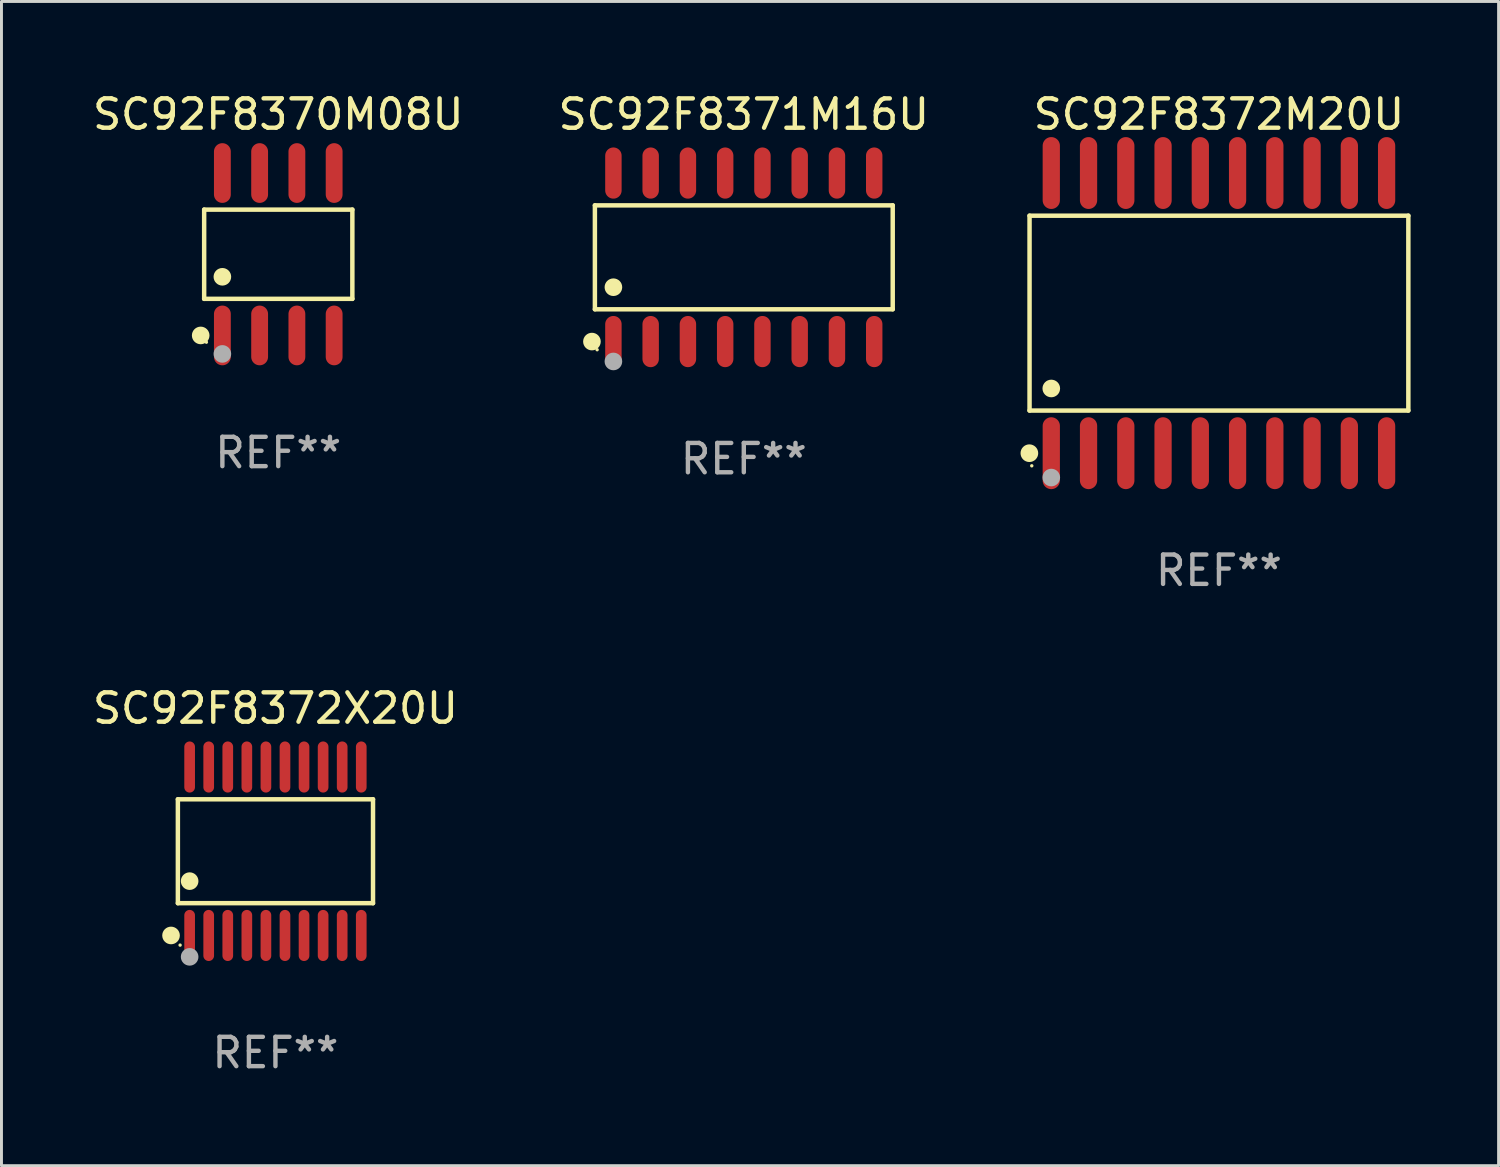
<source format=kicad_pcb>
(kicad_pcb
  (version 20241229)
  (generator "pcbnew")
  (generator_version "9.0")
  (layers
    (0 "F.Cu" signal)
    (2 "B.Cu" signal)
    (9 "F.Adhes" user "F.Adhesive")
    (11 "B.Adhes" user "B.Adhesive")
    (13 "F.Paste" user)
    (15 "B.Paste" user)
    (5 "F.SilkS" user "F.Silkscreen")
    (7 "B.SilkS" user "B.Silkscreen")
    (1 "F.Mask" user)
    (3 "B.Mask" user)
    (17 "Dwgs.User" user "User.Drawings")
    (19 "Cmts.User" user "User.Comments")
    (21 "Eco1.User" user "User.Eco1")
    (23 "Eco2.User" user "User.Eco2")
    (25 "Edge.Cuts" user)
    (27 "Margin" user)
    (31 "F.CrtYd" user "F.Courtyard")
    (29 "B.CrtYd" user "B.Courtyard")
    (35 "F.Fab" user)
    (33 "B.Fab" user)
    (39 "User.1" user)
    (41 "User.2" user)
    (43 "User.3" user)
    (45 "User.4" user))
  (footprint "SC92F8371M16U"
    (layer "F.Cu")
    (at 22.304 5.721)
    (property "Reference" "SC92F8371M16U" (at 0 -4.872 0) (layer "F.SilkS") (effects (font (size 1 1) (thickness 0.15))))
    (attr through_hole)
    (fp_line (start -5.076 -1.771) (end 5.076 -1.771) (stroke (width 0.152) (type solid)) (layer "F.SilkS"))
    (fp_line (start -5.076 1.771) (end -5.076 -1.771) (stroke (width 0.152) (type solid)) (layer "F.SilkS"))
    (fp_line (start 5.076 -1.771) (end 5.076 1.771) (stroke (width 0.152) (type solid)) (layer "F.SilkS"))
    (fp_line (start 5.076 1.771) (end -5.076 1.771) (stroke (width 0.152) (type solid)) (layer "F.SilkS"))
    (fp_circle (center -5.177 2.872) (end -5.027 2.872) (stroke (width 0.3) (type solid)) (fill no) (layer "F.SilkS"))
    (fp_circle (center -5 3.15) (end -4.97 3.15) (stroke (width 0.06) (type solid)) (fill no) (layer "F.SilkS"))
    (fp_circle (center -4.445 1.019) (end -4.295 1.019) (stroke (width 0.3) (type solid)) (fill no) (layer "F.SilkS"))
    (fp_circle (center -4.445 3.55) (end -4.295 3.55) (stroke (width 0.3) (type solid)) (fill no) (layer "F.Fab"))
    (fp_text user "REF**" (at 0 6.872 0) (layer "F.Fab") (effects (font (size 1 1) (thickness 0.15))))
    (pad "1" smd oval (at -4.445 2.872) (size 0.56 1.745) (layers "F.Cu" "F.Mask" "F.Paste"))
    (pad "2" smd oval (at -3.175 2.872) (size 0.56 1.745) (layers "F.Cu" "F.Mask" "F.Paste"))
    (pad "3" smd oval (at -1.905 2.872) (size 0.56 1.745) (layers "F.Cu" "F.Mask" "F.Paste"))
    (pad "4" smd oval (at -0.635 2.872) (size 0.56 1.745) (layers "F.Cu" "F.Mask" "F.Paste"))
    (pad "5" smd oval (at 0.635 2.872) (size 0.56 1.745) (layers "F.Cu" "F.Mask" "F.Paste"))
    (pad "6" smd oval (at 1.905 2.872) (size 0.56 1.745) (layers "F.Cu" "F.Mask" "F.Paste"))
    (pad "7" smd oval (at 3.175 2.872) (size 0.56 1.745) (layers "F.Cu" "F.Mask" "F.Paste"))
    (pad "8" smd oval (at 4.445 2.872) (size 0.56 1.745) (layers "F.Cu" "F.Mask" "F.Paste"))
    (pad "9" smd oval (at 4.445 -2.872) (size 0.56 1.745) (layers "F.Cu" "F.Mask" "F.Paste"))
    (pad "10" smd oval (at 3.175 -2.872) (size 0.56 1.745) (layers "F.Cu" "F.Mask" "F.Paste"))
    (pad "11" smd oval (at 1.905 -2.872) (size 0.56 1.745) (layers "F.Cu" "F.Mask" "F.Paste"))
    (pad "12" smd oval (at 0.635 -2.872) (size 0.56 1.745) (layers "F.Cu" "F.Mask" "F.Paste"))
    (pad "13" smd oval (at -0.635 -2.872) (size 0.56 1.745) (layers "F.Cu" "F.Mask" "F.Paste"))
    (pad "14" smd oval (at -1.905 -2.872) (size 0.56 1.745) (layers "F.Cu" "F.Mask" "F.Paste"))
    (pad "15" smd oval (at -3.175 -2.872) (size 0.56 1.745) (layers "F.Cu" "F.Mask" "F.Paste"))
    (pad "16" smd oval (at -4.445 -2.872) (size 0.56 1.745) (layers "F.Cu" "F.Mask" "F.Paste")))
  (footprint "SC92F8372X20U"
    (layer "F.Cu")
    (at 6.339 25.966)
    (property "Reference" "SC92F8372X20U" (at 0 -4.871 0) (layer "F.SilkS") (effects (font (size 1 1) (thickness 0.15))))
    (attr through_hole)
    (fp_line (start -3.326 -1.771) (end 3.326 -1.771) (stroke (width 0.152) (type solid)) (layer "F.SilkS"))
    (fp_line (start -3.326 1.771) (end -3.326 -1.771) (stroke (width 0.152) (type solid)) (layer "F.SilkS"))
    (fp_line (start 3.326 -1.771) (end 3.326 1.771) (stroke (width 0.152) (type solid)) (layer "F.SilkS"))
    (fp_line (start 3.326 1.771) (end -3.326 1.771) (stroke (width 0.152) (type solid)) (layer "F.SilkS"))
    (fp_circle (center -3.559 2.871) (end -3.409 2.871) (stroke (width 0.3) (type solid)) (fill no) (layer "F.SilkS"))
    (fp_circle (center -3.25 3.2) (end -3.22 3.2) (stroke (width 0.06) (type solid)) (fill no) (layer "F.SilkS"))
    (fp_circle (center -2.925 1.019) (end -2.775 1.019) (stroke (width 0.3) (type solid)) (fill no) (layer "F.SilkS"))
    (fp_circle (center -2.925 3.6) (end -2.775 3.6) (stroke (width 0.3) (type solid)) (fill no) (layer "F.Fab"))
    (fp_text user "REF**" (at 0 6.871 0) (layer "F.Fab") (effects (font (size 1 1) (thickness 0.15))))
    (pad "1" smd oval (at -2.925 2.871) (size 0.364 1.742) (layers "F.Cu" "F.Mask" "F.Paste"))
    (pad "2" smd oval (at -2.275 2.871) (size 0.364 1.742) (layers "F.Cu" "F.Mask" "F.Paste"))
    (pad "3" smd oval (at -1.625 2.871) (size 0.364 1.742) (layers "F.Cu" "F.Mask" "F.Paste"))
    (pad "4" smd oval (at -0.975 2.871) (size 0.364 1.742) (layers "F.Cu" "F.Mask" "F.Paste"))
    (pad "5" smd oval (at -0.325 2.871) (size 0.364 1.742) (layers "F.Cu" "F.Mask" "F.Paste"))
    (pad "6" smd oval (at 0.325 2.871) (size 0.364 1.742) (layers "F.Cu" "F.Mask" "F.Paste"))
    (pad "7" smd oval (at 0.975 2.871) (size 0.364 1.742) (layers "F.Cu" "F.Mask" "F.Paste"))
    (pad "8" smd oval (at 1.625 2.871) (size 0.364 1.742) (layers "F.Cu" "F.Mask" "F.Paste"))
    (pad "9" smd oval (at 2.275 2.871) (size 0.364 1.742) (layers "F.Cu" "F.Mask" "F.Paste"))
    (pad "10" smd oval (at 2.925 2.871) (size 0.364 1.742) (layers "F.Cu" "F.Mask" "F.Paste"))
    (pad "11" smd oval (at 2.925 -2.871) (size 0.364 1.742) (layers "F.Cu" "F.Mask" "F.Paste"))
    (pad "12" smd oval (at 2.275 -2.871) (size 0.364 1.742) (layers "F.Cu" "F.Mask" "F.Paste"))
    (pad "13" smd oval (at 1.625 -2.871) (size 0.364 1.742) (layers "F.Cu" "F.Mask" "F.Paste"))
    (pad "14" smd oval (at 0.975 -2.871) (size 0.364 1.742) (layers "F.Cu" "F.Mask" "F.Paste"))
    (pad "15" smd oval (at 0.325 -2.871) (size 0.364 1.742) (layers "F.Cu" "F.Mask" "F.Paste"))
    (pad "16" smd oval (at -0.325 -2.871) (size 0.364 1.742) (layers "F.Cu" "F.Mask" "F.Paste"))
    (pad "17" smd oval (at -0.975 -2.871) (size 0.364 1.742) (layers "F.Cu" "F.Mask" "F.Paste"))
    (pad "18" smd oval (at -1.625 -2.871) (size 0.364 1.742) (layers "F.Cu" "F.Mask" "F.Paste"))
    (pad "19" smd oval (at -2.275 -2.871) (size 0.364 1.742) (layers "F.Cu" "F.Mask" "F.Paste"))
    (pad "20" smd oval (at -2.925 -2.871) (size 0.364 1.742) (layers "F.Cu" "F.Mask" "F.Paste")))
  (footprint "SC92F8372M20U"
    (layer "F.Cu")
    (at 38.5 7.623)
    (property "Reference" "SC92F8372M20U" (at 0 -6.775 0) (layer "F.SilkS") (effects (font (size 1 1) (thickness 0.15))))
    (attr through_hole)
    (fp_line (start -6.456 -3.321) (end 6.456 -3.321) (stroke (width 0.152) (type solid)) (layer "F.SilkS"))
    (fp_line (start -6.456 3.321) (end -6.456 -3.321) (stroke (width 0.152) (type solid)) (layer "F.SilkS"))
    (fp_line (start 6.456 -3.321) (end 6.456 3.321) (stroke (width 0.152) (type solid)) (layer "F.SilkS"))
    (fp_line (start 6.456 3.321) (end -6.456 3.321) (stroke (width 0.152) (type solid)) (layer "F.SilkS"))
    (fp_circle (center -6.462 4.775) (end -6.311 4.775) (stroke (width 0.3) (type solid)) (fill no) (layer "F.SilkS"))
    (fp_circle (center -6.38 5.205) (end -6.35 5.205) (stroke (width 0.06) (type solid)) (fill no) (layer "F.SilkS"))
    (fp_circle (center -5.715 2.569) (end -5.565 2.569) (stroke (width 0.3) (type solid)) (fill no) (layer "F.SilkS"))
    (fp_circle (center -5.715 5.605) (end -5.565 5.605) (stroke (width 0.3) (type solid)) (fill no) (layer "F.Fab"))
    (fp_text user "REF**" (at 0 8.775 0) (layer "F.Fab") (effects (font (size 1 1) (thickness 0.15))))
    (pad "1" smd oval (at -5.715 4.775) (size 0.588 2.45) (layers "F.Cu" "F.Mask" "F.Paste"))
    (pad "2" smd oval (at -4.445 4.775) (size 0.588 2.45) (layers "F.Cu" "F.Mask" "F.Paste"))
    (pad "3" smd oval (at -3.175 4.775) (size 0.588 2.45) (layers "F.Cu" "F.Mask" "F.Paste"))
    (pad "4" smd oval (at -1.905 4.775) (size 0.588 2.45) (layers "F.Cu" "F.Mask" "F.Paste"))
    (pad "5" smd oval (at -0.635 4.775) (size 0.588 2.45) (layers "F.Cu" "F.Mask" "F.Paste"))
    (pad "6" smd oval (at 0.635 4.775) (size 0.588 2.45) (layers "F.Cu" "F.Mask" "F.Paste"))
    (pad "7" smd oval (at 1.905 4.775) (size 0.588 2.45) (layers "F.Cu" "F.Mask" "F.Paste"))
    (pad "8" smd oval (at 3.175 4.775) (size 0.588 2.45) (layers "F.Cu" "F.Mask" "F.Paste"))
    (pad "9" smd oval (at 4.445 4.775) (size 0.588 2.45) (layers "F.Cu" "F.Mask" "F.Paste"))
    (pad "10" smd oval (at 5.715 4.775) (size 0.588 2.45) (layers "F.Cu" "F.Mask" "F.Paste"))
    (pad "11" smd oval (at 5.715 -4.775) (size 0.588 2.45) (layers "F.Cu" "F.Mask" "F.Paste"))
    (pad "12" smd oval (at 4.445 -4.775) (size 0.588 2.45) (layers "F.Cu" "F.Mask" "F.Paste"))
    (pad "13" smd oval (at 3.175 -4.775) (size 0.588 2.45) (layers "F.Cu" "F.Mask" "F.Paste"))
    (pad "14" smd oval (at 1.905 -4.775) (size 0.588 2.45) (layers "F.Cu" "F.Mask" "F.Paste"))
    (pad "15" smd oval (at 0.635 -4.775) (size 0.588 2.45) (layers "F.Cu" "F.Mask" "F.Paste"))
    (pad "16" smd oval (at -0.635 -4.775) (size 0.588 2.45) (layers "F.Cu" "F.Mask" "F.Paste"))
    (pad "17" smd oval (at -1.905 -4.775) (size 0.588 2.45) (layers "F.Cu" "F.Mask" "F.Paste"))
    (pad "18" smd oval (at -3.175 -4.775) (size 0.588 2.45) (layers "F.Cu" "F.Mask" "F.Paste"))
    (pad "19" smd oval (at -4.445 -4.775) (size 0.588 2.45) (layers "F.Cu" "F.Mask" "F.Paste"))
    (pad "20" smd oval (at -5.715 -4.775) (size 0.588 2.45) (layers "F.Cu" "F.Mask" "F.Paste")))
  (footprint "SC92F8370M08U"
    (layer "F.Cu")
    (at 6.435 5.616)
    (property "Reference" "SC92F8370M08U" (at 0 -4.768 0) (layer "F.SilkS") (effects (font (size 1 1) (thickness 0.15))))
    (attr through_hole)
    (fp_line (start -2.526 -1.521) (end 2.526 -1.521) (stroke (width 0.152) (type solid)) (layer "F.SilkS"))
    (fp_line (start -2.526 1.521) (end -2.526 -1.521) (stroke (width 0.152) (type solid)) (layer "F.SilkS"))
    (fp_line (start 2.526 -1.521) (end 2.526 1.521) (stroke (width 0.152) (type solid)) (layer "F.SilkS"))
    (fp_line (start 2.526 1.521) (end -2.526 1.521) (stroke (width 0.152) (type solid)) (layer "F.SilkS"))
    (fp_circle (center -2.644 2.768) (end -2.494 2.768) (stroke (width 0.3) (type solid)) (fill no) (layer "F.SilkS"))
    (fp_circle (center -2.45 2.998) (end -2.42 2.998) (stroke (width 0.06) (type solid)) (fill no) (layer "F.SilkS"))
    (fp_circle (center -1.905 0.769) (end -1.755 0.769) (stroke (width 0.3) (type solid)) (fill no) (layer "F.SilkS"))
    (fp_circle (center -1.905 3.398) (end -1.755 3.398) (stroke (width 0.3) (type solid)) (fill no) (layer "F.Fab"))
    (fp_text user "REF**" (at 0 6.768 0) (layer "F.Fab") (effects (font (size 1 1) (thickness 0.15))))
    (pad "1" smd oval (at -1.905 2.768) (size 0.574 2.036) (layers "F.Cu" "F.Mask" "F.Paste"))
    (pad "2" smd oval (at -0.635 2.768) (size 0.574 2.036) (layers "F.Cu" "F.Mask" "F.Paste"))
    (pad "3" smd oval (at 0.635 2.768) (size 0.574 2.036) (layers "F.Cu" "F.Mask" "F.Paste"))
    (pad "4" smd oval (at 1.905 2.768) (size 0.574 2.036) (layers "F.Cu" "F.Mask" "F.Paste"))
    (pad "5" smd oval (at 1.905 -2.768) (size 0.574 2.036) (layers "F.Cu" "F.Mask" "F.Paste"))
    (pad "6" smd oval (at 0.635 -2.768) (size 0.574 2.036) (layers "F.Cu" "F.Mask" "F.Paste"))
    (pad "7" smd oval (at -0.635 -2.768) (size 0.574 2.036) (layers "F.Cu" "F.Mask" "F.Paste"))
    (pad "8" smd oval (at -1.905 -2.768) (size 0.574 2.036) (layers "F.Cu" "F.Mask" "F.Paste")))
  (gr_rect
    (start -3 -3)
    (end 48.032 36.685)
    (stroke (width 0.1) (type default))
    (fill no)
    (layer "Edge.Cuts")))
</source>
